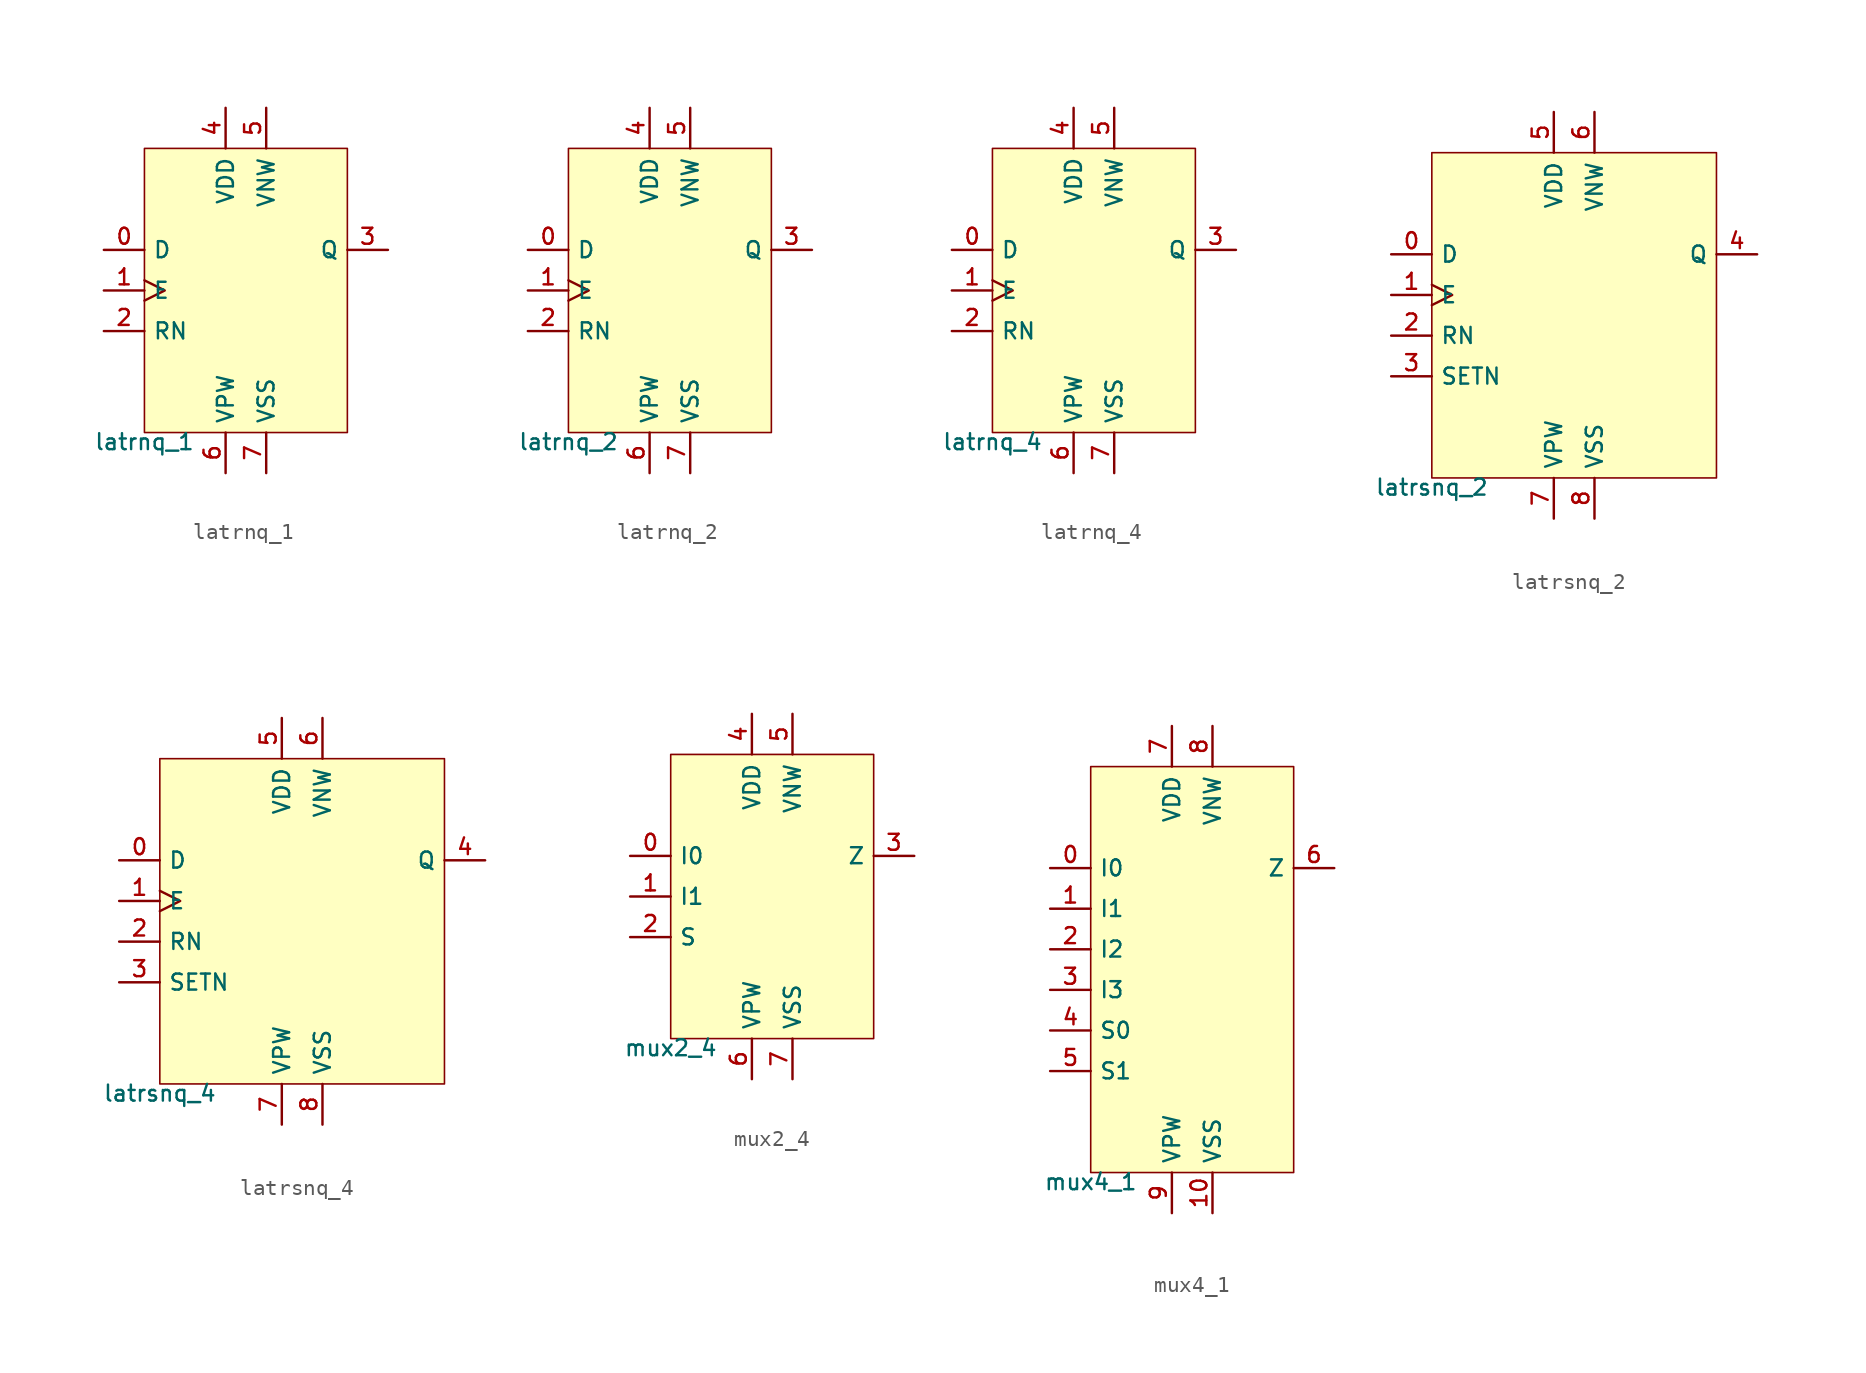
<source format=kicad_sym>
(kicad_symbol_lib
  (version 20211014)
  (generator pdk2kicad)
  (symbol "latrnq_1"
    (property "Reference" "X"
      (at 0 0 0)
      (effects (font (size 1 1)) hide))
    (property "Value" "latrnq_1"
      (at -6.35 -8.89 0)
      (effects (font (size 1 1)) (justify top)))
    (rectangle
      (start -6.35 -8.89)
      (end 6.35 8.89)
      (stroke (width 0.1) (type solid) (color 0 0 0 0))
      (fill (type background)))
    (pin input line
      (at -8.89 2.54 0)
      (length 2.54)
      (name "D" (effects (font (size 1 1)) hide))
      (number "0" (effects (font (size 1 1)) hide)))
    (pin input clock
      (at -8.89 4.440892098500626e-16 0)
      (length 2.54)
      (name "E" (effects (font (size 1 1)) hide))
      (number "1" (effects (font (size 1 1)) hide)))
    (pin input line
      (at -8.89 -2.54 0)
      (length 2.54)
      (name "RN" (effects (font (size 1 1)) hide))
      (number "2" (effects (font (size 1 1)) hide)))
    (pin output line
      (at 8.89 2.54 180)
      (length 2.54)
      (name "Q" (effects (font (size 1 1)) hide))
      (number "3" (effects (font (size 1 1)) hide)))
    (pin power_in line
      (at -1.27 11.43 270)
      (length 2.54)
      (name "VDD" (effects (font (size 1 1)) hide))
      (number "4" (effects (font (size 1 1)) hide)))
    (pin power_in line
      (at 1.27 11.43 270)
      (length 2.54)
      (name "VNW" (effects (font (size 1 1)) hide))
      (number "5" (effects (font (size 1 1)) hide)))
    (pin power_in line
      (at -1.27 -11.43 90)
      (length 2.54)
      (name "VPW" (effects (font (size 1 1)) hide))
      (number "6" (effects (font (size 1 1)) hide)))
    (pin power_in line
      (at 1.27 -11.43 90)
      (length 2.54)
      (name "VSS" (effects (font (size 1 1)) hide))
      (number "7" (effects (font (size 1 1)) hide))))
  (symbol "latrnq_2"
    (property "Reference" "X"
      (at 0 0 0)
      (effects (font (size 1 1)) hide))
    (property "Value" "latrnq_2"
      (at -6.35 -8.89 0)
      (effects (font (size 1 1)) (justify top)))
    (rectangle
      (start -6.35 -8.89)
      (end 6.35 8.89)
      (stroke (width 0.1) (type solid) (color 0 0 0 0))
      (fill (type background)))
    (pin input line
      (at -8.89 2.54 0)
      (length 2.54)
      (name "D" (effects (font (size 1 1)) hide))
      (number "0" (effects (font (size 1 1)) hide)))
    (pin input clock
      (at -8.89 4.440892098500626e-16 0)
      (length 2.54)
      (name "E" (effects (font (size 1 1)) hide))
      (number "1" (effects (font (size 1 1)) hide)))
    (pin input line
      (at -8.89 -2.54 0)
      (length 2.54)
      (name "RN" (effects (font (size 1 1)) hide))
      (number "2" (effects (font (size 1 1)) hide)))
    (pin output line
      (at 8.89 2.54 180)
      (length 2.54)
      (name "Q" (effects (font (size 1 1)) hide))
      (number "3" (effects (font (size 1 1)) hide)))
    (pin power_in line
      (at -1.27 11.43 270)
      (length 2.54)
      (name "VDD" (effects (font (size 1 1)) hide))
      (number "4" (effects (font (size 1 1)) hide)))
    (pin power_in line
      (at 1.27 11.43 270)
      (length 2.54)
      (name "VNW" (effects (font (size 1 1)) hide))
      (number "5" (effects (font (size 1 1)) hide)))
    (pin power_in line
      (at -1.27 -11.43 90)
      (length 2.54)
      (name "VPW" (effects (font (size 1 1)) hide))
      (number "6" (effects (font (size 1 1)) hide)))
    (pin power_in line
      (at 1.27 -11.43 90)
      (length 2.54)
      (name "VSS" (effects (font (size 1 1)) hide))
      (number "7" (effects (font (size 1 1)) hide))))
  (symbol "latrnq_4"
    (property "Reference" "X"
      (at 0 0 0)
      (effects (font (size 1 1)) hide))
    (property "Value" "latrnq_4"
      (at -6.35 -8.89 0)
      (effects (font (size 1 1)) (justify top)))
    (rectangle
      (start -6.35 -8.89)
      (end 6.35 8.89)
      (stroke (width 0.1) (type solid) (color 0 0 0 0))
      (fill (type background)))
    (pin input line
      (at -8.89 2.54 0)
      (length 2.54)
      (name "D" (effects (font (size 1 1)) hide))
      (number "0" (effects (font (size 1 1)) hide)))
    (pin input clock
      (at -8.89 4.440892098500626e-16 0)
      (length 2.54)
      (name "E" (effects (font (size 1 1)) hide))
      (number "1" (effects (font (size 1 1)) hide)))
    (pin input line
      (at -8.89 -2.54 0)
      (length 2.54)
      (name "RN" (effects (font (size 1 1)) hide))
      (number "2" (effects (font (size 1 1)) hide)))
    (pin output line
      (at 8.89 2.54 180)
      (length 2.54)
      (name "Q" (effects (font (size 1 1)) hide))
      (number "3" (effects (font (size 1 1)) hide)))
    (pin power_in line
      (at -1.27 11.43 270)
      (length 2.54)
      (name "VDD" (effects (font (size 1 1)) hide))
      (number "4" (effects (font (size 1 1)) hide)))
    (pin power_in line
      (at 1.27 11.43 270)
      (length 2.54)
      (name "VNW" (effects (font (size 1 1)) hide))
      (number "5" (effects (font (size 1 1)) hide)))
    (pin power_in line
      (at -1.27 -11.43 90)
      (length 2.54)
      (name "VPW" (effects (font (size 1 1)) hide))
      (number "6" (effects (font (size 1 1)) hide)))
    (pin power_in line
      (at 1.27 -11.43 90)
      (length 2.54)
      (name "VSS" (effects (font (size 1 1)) hide))
      (number "7" (effects (font (size 1 1)) hide))))
  (symbol "latrsnq_2"
    (property "Reference" "X"
      (at 0 0 0)
      (effects (font (size 1 1)) hide))
    (property "Value" "latrsnq_2"
      (at -8.89 -10.16 0)
      (effects (font (size 1 1)) (justify top)))
    (rectangle
      (start -8.89 -10.16)
      (end 8.89 10.16)
      (stroke (width 0.1) (type solid) (color 0 0 0 0))
      (fill (type background)))
    (pin input line
      (at -11.43 3.81 0)
      (length 2.54)
      (name "D" (effects (font (size 1 1)) hide))
      (number "0" (effects (font (size 1 1)) hide)))
    (pin input clock
      (at -11.43 1.27 0)
      (length 2.54)
      (name "E" (effects (font (size 1 1)) hide))
      (number "1" (effects (font (size 1 1)) hide)))
    (pin input line
      (at -11.43 -1.27 0)
      (length 2.54)
      (name "RN" (effects (font (size 1 1)) hide))
      (number "2" (effects (font (size 1 1)) hide)))
    (pin input line
      (at -11.43 -3.81 0)
      (length 2.54)
      (name "SETN" (effects (font (size 1 1)) hide))
      (number "3" (effects (font (size 1 1)) hide)))
    (pin output line
      (at 11.43 3.81 180)
      (length 2.54)
      (name "Q" (effects (font (size 1 1)) hide))
      (number "4" (effects (font (size 1 1)) hide)))
    (pin power_in line
      (at -1.27 12.7 270)
      (length 2.54)
      (name "VDD" (effects (font (size 1 1)) hide))
      (number "5" (effects (font (size 1 1)) hide)))
    (pin power_in line
      (at 1.27 12.7 270)
      (length 2.54)
      (name "VNW" (effects (font (size 1 1)) hide))
      (number "6" (effects (font (size 1 1)) hide)))
    (pin power_in line
      (at -1.27 -12.7 90)
      (length 2.54)
      (name "VPW" (effects (font (size 1 1)) hide))
      (number "7" (effects (font (size 1 1)) hide)))
    (pin power_in line
      (at 1.27 -12.7 90)
      (length 2.54)
      (name "VSS" (effects (font (size 1 1)) hide))
      (number "8" (effects (font (size 1 1)) hide))))
  (symbol "latrsnq_4"
    (property "Reference" "X"
      (at 0 0 0)
      (effects (font (size 1 1)) hide))
    (property "Value" "latrsnq_4"
      (at -8.89 -10.16 0)
      (effects (font (size 1 1)) (justify top)))
    (rectangle
      (start -8.89 -10.16)
      (end 8.89 10.16)
      (stroke (width 0.1) (type solid) (color 0 0 0 0))
      (fill (type background)))
    (pin input line
      (at -11.43 3.81 0)
      (length 2.54)
      (name "D" (effects (font (size 1 1)) hide))
      (number "0" (effects (font (size 1 1)) hide)))
    (pin input clock
      (at -11.43 1.27 0)
      (length 2.54)
      (name "E" (effects (font (size 1 1)) hide))
      (number "1" (effects (font (size 1 1)) hide)))
    (pin input line
      (at -11.43 -1.27 0)
      (length 2.54)
      (name "RN" (effects (font (size 1 1)) hide))
      (number "2" (effects (font (size 1 1)) hide)))
    (pin input line
      (at -11.43 -3.81 0)
      (length 2.54)
      (name "SETN" (effects (font (size 1 1)) hide))
      (number "3" (effects (font (size 1 1)) hide)))
    (pin output line
      (at 11.43 3.81 180)
      (length 2.54)
      (name "Q" (effects (font (size 1 1)) hide))
      (number "4" (effects (font (size 1 1)) hide)))
    (pin power_in line
      (at -1.27 12.7 270)
      (length 2.54)
      (name "VDD" (effects (font (size 1 1)) hide))
      (number "5" (effects (font (size 1 1)) hide)))
    (pin power_in line
      (at 1.27 12.7 270)
      (length 2.54)
      (name "VNW" (effects (font (size 1 1)) hide))
      (number "6" (effects (font (size 1 1)) hide)))
    (pin power_in line
      (at -1.27 -12.7 90)
      (length 2.54)
      (name "VPW" (effects (font (size 1 1)) hide))
      (number "7" (effects (font (size 1 1)) hide)))
    (pin power_in line
      (at 1.27 -12.7 90)
      (length 2.54)
      (name "VSS" (effects (font (size 1 1)) hide))
      (number "8" (effects (font (size 1 1)) hide))))
  (symbol "mux2_4"
    (property "Reference" "X"
      (at 0 0 0)
      (effects (font (size 1 1)) hide))
    (property "Value" "mux2_4"
      (at -6.35 -8.89 0)
      (effects (font (size 1 1)) (justify top)))
    (rectangle
      (start -6.35 -8.89)
      (end 6.35 8.89)
      (stroke (width 0.1) (type solid) (color 0 0 0 0))
      (fill (type background)))
    (pin input line
      (at -8.89 2.54 0)
      (length 2.54)
      (name "I0" (effects (font (size 1 1)) hide))
      (number "0" (effects (font (size 1 1)) hide)))
    (pin input line
      (at -8.89 4.440892098500626e-16 0)
      (length 2.54)
      (name "I1" (effects (font (size 1 1)) hide))
      (number "1" (effects (font (size 1 1)) hide)))
    (pin input line
      (at -8.89 -2.54 0)
      (length 2.54)
      (name "S" (effects (font (size 1 1)) hide))
      (number "2" (effects (font (size 1 1)) hide)))
    (pin output line
      (at 8.89 2.54 180)
      (length 2.54)
      (name "Z" (effects (font (size 1 1)) hide))
      (number "3" (effects (font (size 1 1)) hide)))
    (pin power_in line
      (at -1.27 11.43 270)
      (length 2.54)
      (name "VDD" (effects (font (size 1 1)) hide))
      (number "4" (effects (font (size 1 1)) hide)))
    (pin power_in line
      (at 1.27 11.43 270)
      (length 2.54)
      (name "VNW" (effects (font (size 1 1)) hide))
      (number "5" (effects (font (size 1 1)) hide)))
    (pin power_in line
      (at -1.27 -11.43 90)
      (length 2.54)
      (name "VPW" (effects (font (size 1 1)) hide))
      (number "6" (effects (font (size 1 1)) hide)))
    (pin power_in line
      (at 1.27 -11.43 90)
      (length 2.54)
      (name "VSS" (effects (font (size 1 1)) hide))
      (number "7" (effects (font (size 1 1)) hide))))
  (symbol "mux4_1"
    (property "Reference" "X"
      (at 0 0 0)
      (effects (font (size 1 1)) hide))
    (property "Value" "mux4_1"
      (at -6.35 -12.7 0)
      (effects (font (size 1 1)) (justify top)))
    (rectangle
      (start -6.35 -12.7)
      (end 6.35 12.7)
      (stroke (width 0.1) (type solid) (color 0 0 0 0))
      (fill (type background)))
    (pin input line
      (at -8.89 6.35 0)
      (length 2.54)
      (name "I0" (effects (font (size 1 1)) hide))
      (number "0" (effects (font (size 1 1)) hide)))
    (pin input line
      (at -8.89 3.81 0)
      (length 2.54)
      (name "I1" (effects (font (size 1 1)) hide))
      (number "1" (effects (font (size 1 1)) hide)))
    (pin input line
      (at -8.89 1.27 0)
      (length 2.54)
      (name "I2" (effects (font (size 1 1)) hide))
      (number "2" (effects (font (size 1 1)) hide)))
    (pin input line
      (at -8.89 -1.27 0)
      (length 2.54)
      (name "I3" (effects (font (size 1 1)) hide))
      (number "3" (effects (font (size 1 1)) hide)))
    (pin input line
      (at -8.89 -3.81 0)
      (length 2.54)
      (name "S0" (effects (font (size 1 1)) hide))
      (number "4" (effects (font (size 1 1)) hide)))
    (pin input line
      (at -8.89 -6.35 0)
      (length 2.54)
      (name "S1" (effects (font (size 1 1)) hide))
      (number "5" (effects (font (size 1 1)) hide)))
    (pin output line
      (at 8.89 6.35 180)
      (length 2.54)
      (name "Z" (effects (font (size 1 1)) hide))
      (number "6" (effects (font (size 1 1)) hide)))
    (pin power_in line
      (at -1.27 15.24 270)
      (length 2.54)
      (name "VDD" (effects (font (size 1 1)) hide))
      (number "7" (effects (font (size 1 1)) hide)))
    (pin power_in line
      (at 1.27 15.24 270)
      (length 2.54)
      (name "VNW" (effects (font (size 1 1)) hide))
      (number "8" (effects (font (size 1 1)) hide)))
    (pin power_in line
      (at -1.27 -15.24 90)
      (length 2.54)
      (name "VPW" (effects (font (size 1 1)) hide))
      (number "9" (effects (font (size 1 1)) hide)))
    (pin power_in line
      (at 1.27 -15.24 90)
      (length 2.54)
      (name "VSS" (effects (font (size 1 1)) hide))
      (number "10" (effects (font (size 1 1)) hide)))))
</source>
